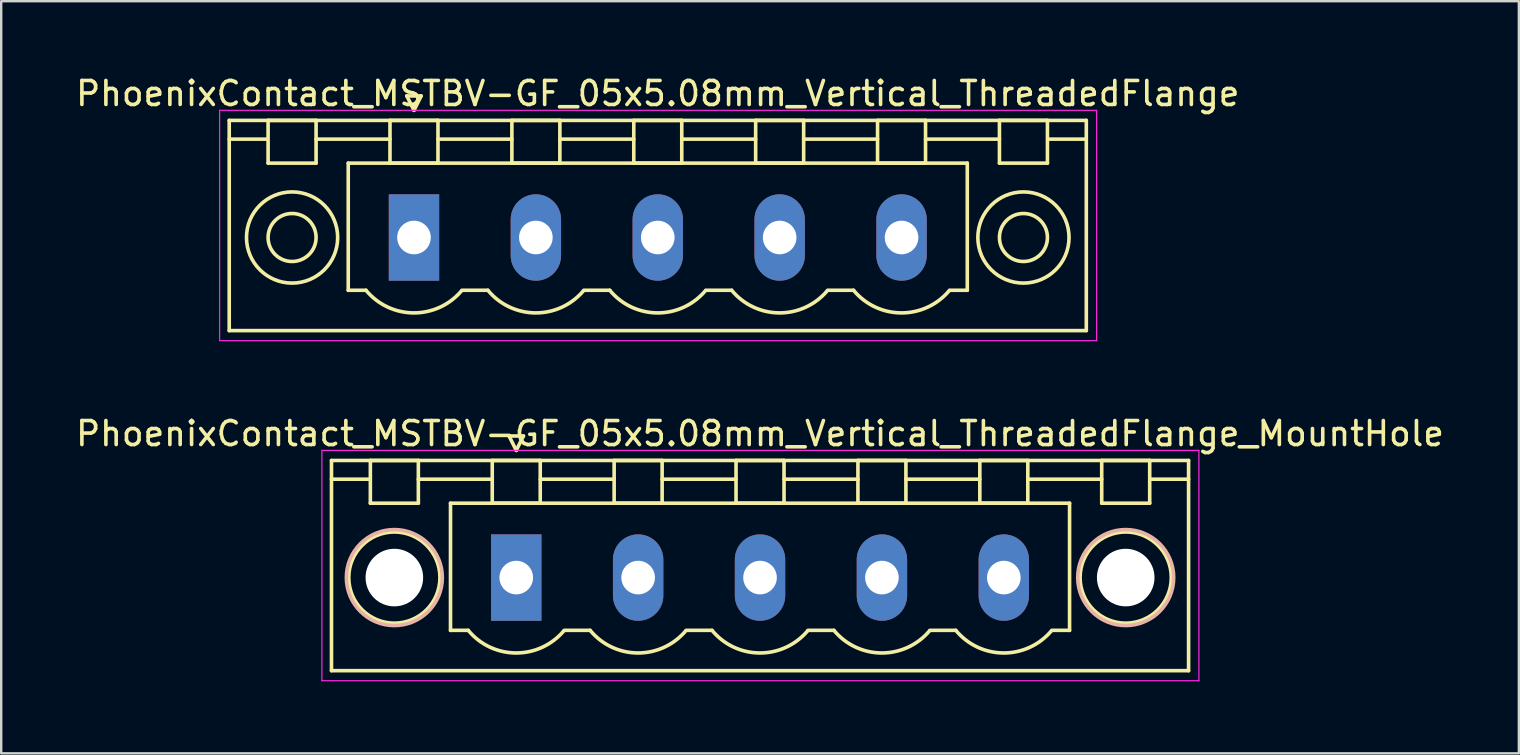
<source format=kicad_pcb>
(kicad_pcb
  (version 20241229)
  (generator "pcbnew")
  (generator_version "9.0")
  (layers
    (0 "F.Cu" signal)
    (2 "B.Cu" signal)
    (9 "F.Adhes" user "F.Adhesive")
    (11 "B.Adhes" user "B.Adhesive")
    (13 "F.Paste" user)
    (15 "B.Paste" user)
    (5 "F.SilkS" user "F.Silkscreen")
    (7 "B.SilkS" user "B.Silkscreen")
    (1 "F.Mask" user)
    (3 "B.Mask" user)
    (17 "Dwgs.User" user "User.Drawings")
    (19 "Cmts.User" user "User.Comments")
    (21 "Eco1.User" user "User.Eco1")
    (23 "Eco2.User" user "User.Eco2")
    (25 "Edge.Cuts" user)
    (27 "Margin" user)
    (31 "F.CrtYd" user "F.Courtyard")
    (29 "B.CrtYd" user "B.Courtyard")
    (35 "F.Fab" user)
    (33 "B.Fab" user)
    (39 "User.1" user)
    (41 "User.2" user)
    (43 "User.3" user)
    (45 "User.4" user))
  (footprint "PhoenixContact_MSTBV-GF_05x5.08mm_Vertical_ThreadedFlange_MountHole"
    (layer "F.Cu")
    (at 18.465 21.021)
    (property "Reference" "PhoenixContact_MSTBV-GF_05x5.08mm_Vertical_ThreadedFlange_MountHole" (at 10.16 -6 0) (layer "F.SilkS") (effects (font (size 1 1) (thickness 0.15))))
    (attr through_hole)
    (fp_line (start -7.7 -4.88) (end -7.7 3.88) (stroke (width 0.15) (type solid)) (layer "F.SilkS"))
    (fp_line (start -7.7 -4.1) (end -6.16 -4.1) (stroke (width 0.15) (type solid)) (layer "F.SilkS"))
    (fp_line (start -7.7 3.88) (end 28.02 3.88) (stroke (width 0.15) (type solid)) (layer "F.SilkS"))
    (fp_line (start -6.08 -4.88) (end -4.08 -4.88) (stroke (width 0.15) (type solid)) (layer "F.SilkS"))
    (fp_line (start -6.08 -3.1) (end -6.08 -4.88) (stroke (width 0.15) (type solid)) (layer "F.SilkS"))
    (fp_line (start -4.08 -4.88) (end -4.08 -3.1) (stroke (width 0.15) (type solid)) (layer "F.SilkS"))
    (fp_line (start -4.08 -4.1) (end -1 -4.1) (stroke (width 0.15) (type solid)) (layer "F.SilkS"))
    (fp_line (start -4.08 -3.1) (end -6.08 -3.1) (stroke (width 0.15) (type solid)) (layer "F.SilkS"))
    (fp_line (start -2.74 -3.1) (end 23.06 -3.1) (stroke (width 0.15) (type solid)) (layer "F.SilkS"))
    (fp_line (start -2.74 2.2) (end -2.74 -3.1) (stroke (width 0.15) (type solid)) (layer "F.SilkS"))
    (fp_line (start -2 2.2) (end -2.74 2.2) (stroke (width 0.15) (type solid)) (layer "F.SilkS"))
    (fp_line (start -1 -4.88) (end 1 -4.88) (stroke (width 0.15) (type solid)) (layer "F.SilkS"))
    (fp_line (start -1 -3.1) (end -1 -4.88) (stroke (width 0.15) (type solid)) (layer "F.SilkS"))
    (fp_line (start -0.3 -5.9) (end 0 -5.3) (stroke (width 0.15) (type solid)) (layer "F.SilkS"))
    (fp_line (start 0 -5.3) (end 0.3 -5.9) (stroke (width 0.15) (type solid)) (layer "F.SilkS"))
    (fp_line (start 0.3 -5.9) (end -0.3 -5.9) (stroke (width 0.15) (type solid)) (layer "F.SilkS"))
    (fp_line (start 1 -4.88) (end 1 -3.1) (stroke (width 0.15) (type solid)) (layer "F.SilkS"))
    (fp_line (start 1 -4.1) (end 4.08 -4.1) (stroke (width 0.15) (type solid)) (layer "F.SilkS"))
    (fp_line (start 1 -3.1) (end -1 -3.1) (stroke (width 0.15) (type solid)) (layer "F.SilkS"))
    (fp_line (start 2 2.2) (end 3.08 2.2) (stroke (width 0.15) (type solid)) (layer "F.SilkS"))
    (fp_line (start 4.08 -4.88) (end 6.08 -4.88) (stroke (width 0.15) (type solid)) (layer "F.SilkS"))
    (fp_line (start 4.08 -3.1) (end 4.08 -4.88) (stroke (width 0.15) (type solid)) (layer "F.SilkS"))
    (fp_line (start 6.08 -4.88) (end 6.08 -3.1) (stroke (width 0.15) (type solid)) (layer "F.SilkS"))
    (fp_line (start 6.08 -4.1) (end 9.16 -4.1) (stroke (width 0.15) (type solid)) (layer "F.SilkS"))
    (fp_line (start 6.08 -3.1) (end 4.08 -3.1) (stroke (width 0.15) (type solid)) (layer "F.SilkS"))
    (fp_line (start 7.08 2.2) (end 8.16 2.2) (stroke (width 0.15) (type solid)) (layer "F.SilkS"))
    (fp_line (start 9.16 -4.88) (end 11.16 -4.88) (stroke (width 0.15) (type solid)) (layer "F.SilkS"))
    (fp_line (start 9.16 -3.1) (end 9.16 -4.88) (stroke (width 0.15) (type solid)) (layer "F.SilkS"))
    (fp_line (start 11.16 -4.88) (end 11.16 -3.1) (stroke (width 0.15) (type solid)) (layer "F.SilkS"))
    (fp_line (start 11.16 -4.1) (end 14.24 -4.1) (stroke (width 0.15) (type solid)) (layer "F.SilkS"))
    (fp_line (start 11.16 -3.1) (end 9.16 -3.1) (stroke (width 0.15) (type solid)) (layer "F.SilkS"))
    (fp_line (start 12.16 2.2) (end 13.24 2.2) (stroke (width 0.15) (type solid)) (layer "F.SilkS"))
    (fp_line (start 14.24 -4.88) (end 16.24 -4.88) (stroke (width 0.15) (type solid)) (layer "F.SilkS"))
    (fp_line (start 14.24 -3.1) (end 14.24 -4.88) (stroke (width 0.15) (type solid)) (layer "F.SilkS"))
    (fp_line (start 16.24 -4.88) (end 16.24 -3.1) (stroke (width 0.15) (type solid)) (layer "F.SilkS"))
    (fp_line (start 16.24 -4.1) (end 19.32 -4.1) (stroke (width 0.15) (type solid)) (layer "F.SilkS"))
    (fp_line (start 16.24 -3.1) (end 14.24 -3.1) (stroke (width 0.15) (type solid)) (layer "F.SilkS"))
    (fp_line (start 17.24 2.2) (end 18.32 2.2) (stroke (width 0.15) (type solid)) (layer "F.SilkS"))
    (fp_line (start 19.32 -4.88) (end 21.32 -4.88) (stroke (width 0.15) (type solid)) (layer "F.SilkS"))
    (fp_line (start 19.32 -3.1) (end 19.32 -4.88) (stroke (width 0.15) (type solid)) (layer "F.SilkS"))
    (fp_line (start 21.32 -4.88) (end 21.32 -3.1) (stroke (width 0.15) (type solid)) (layer "F.SilkS"))
    (fp_line (start 21.32 -4.1) (end 24.4 -4.1) (stroke (width 0.15) (type solid)) (layer "F.SilkS"))
    (fp_line (start 21.32 -3.1) (end 19.32 -3.1) (stroke (width 0.15) (type solid)) (layer "F.SilkS"))
    (fp_line (start 23.06 -3.1) (end 23.06 2.2) (stroke (width 0.15) (type solid)) (layer "F.SilkS"))
    (fp_line (start 23.06 2.2) (end 22.32 2.2) (stroke (width 0.15) (type solid)) (layer "F.SilkS"))
    (fp_line (start 24.4 -4.88) (end 26.4 -4.88) (stroke (width 0.15) (type solid)) (layer "F.SilkS"))
    (fp_line (start 24.4 -3.1) (end 24.4 -4.88) (stroke (width 0.15) (type solid)) (layer "F.SilkS"))
    (fp_line (start 26.4 -4.88) (end 26.4 -3.1) (stroke (width 0.15) (type solid)) (layer "F.SilkS"))
    (fp_line (start 26.4 -3.1) (end 24.4 -3.1) (stroke (width 0.15) (type solid)) (layer "F.SilkS"))
    (fp_line (start 28.02 -4.88) (end -7.7 -4.88) (stroke (width 0.15) (type solid)) (layer "F.SilkS"))
    (fp_line (start 28.02 -4.1) (end 26.48 -4.1) (stroke (width 0.15) (type solid)) (layer "F.SilkS"))
    (fp_line (start 28.02 3.88) (end 28.02 -4.88) (stroke (width 0.15) (type solid)) (layer "F.SilkS"))
    (fp_arc (start 1.986842 2.215821) (mid -0.010289 3.142758) (end -2 2.2) (stroke (width 0.15) (type solid)) (layer "F.SilkS"))
    (fp_arc (start 7.066842 2.215821) (mid 5.069711 3.142758) (end 3.08 2.2) (stroke (width 0.15) (type solid)) (layer "F.SilkS"))
    (fp_arc (start 12.146842 2.215821) (mid 10.149711 3.142758) (end 8.16 2.2) (stroke (width 0.15) (type solid)) (layer "F.SilkS"))
    (fp_arc (start 17.226842 2.215821) (mid 15.229711 3.142758) (end 13.24 2.2) (stroke (width 0.15) (type solid)) (layer "F.SilkS"))
    (fp_arc (start 22.306842 2.215821) (mid 20.309711 3.142758) (end 18.32 2.2) (stroke (width 0.15) (type solid)) (layer "F.SilkS"))
    (fp_circle (center -5.08 0) (end -3.18 0) (stroke (width 0.15) (type solid)) (fill no) (layer "F.SilkS"))
    (fp_circle (center 25.4 0) (end 27.3 0) (stroke (width 0.15) (type solid)) (fill no) (layer "F.SilkS"))
    (fp_circle (center -5.08 0) (end -3.08 0) (stroke (width 0.15) (type solid)) (fill no) (layer "B.SilkS"))
    (fp_circle (center 25.4 0) (end 27.4 0) (stroke (width 0.15) (type solid)) (fill no) (layer "B.SilkS"))
    (fp_line (start -8.1 -5.3) (end -8.1 4.3) (stroke (width 0.05) (type solid)) (layer "F.CrtYd"))
    (fp_line (start -8.1 4.3) (end 28.45 4.3) (stroke (width 0.05) (type solid)) (layer "F.CrtYd"))
    (fp_line (start 28.45 -5.3) (end -8.1 -5.3) (stroke (width 0.05) (type solid)) (layer "F.CrtYd"))
    (fp_line (start 28.45 4.3) (end 28.45 -5.3) (stroke (width 0.05) (type solid)) (layer "F.CrtYd"))
    (pad "" np_thru_hole circle (at -5.08 0) (size 2.4 2.4) (drill 2.4) (layers "*.Cu" "*.Mask"))
    (pad "" np_thru_hole circle (at 25.4 0) (size 2.4 2.4) (drill 2.4) (layers "*.Cu" "*.Mask"))
    (pad "1" thru_hole rect (at 0 0) (size 2.1 3.6) (drill 1.4) (layers "*.Cu" "*.Mask"))
    (pad "2" thru_hole oval (at 5.08 0) (size 2.1 3.6) (drill 1.4) (layers "*.Cu" "*.Mask"))
    (pad "3" thru_hole oval (at 10.16 0) (size 2.1 3.6) (drill 1.4) (layers "*.Cu" "*.Mask"))
    (pad "4" thru_hole oval (at 15.24 0) (size 2.1 3.6) (drill 1.4) (layers "*.Cu" "*.Mask"))
    (pad "5" thru_hole oval (at 20.32 0) (size 2.1 3.6) (drill 1.4) (layers "*.Cu" "*.Mask")))
  (footprint "PhoenixContact_MSTBV-GF_05x5.08mm_Vertical_ThreadedFlange"
    (layer "F.Cu")
    (at 14.203 6.848)
    (property "Reference" "PhoenixContact_MSTBV-GF_05x5.08mm_Vertical_ThreadedFlange" (at 10.16 -6 0) (layer "F.SilkS") (effects (font (size 1 1) (thickness 0.15))))
    (attr through_hole)
    (fp_line (start -7.7 -4.88) (end -7.7 3.88) (stroke (width 0.15) (type solid)) (layer "F.SilkS"))
    (fp_line (start -7.7 -4.1) (end -6.16 -4.1) (stroke (width 0.15) (type solid)) (layer "F.SilkS"))
    (fp_line (start -7.7 3.88) (end 28.02 3.88) (stroke (width 0.15) (type solid)) (layer "F.SilkS"))
    (fp_line (start -6.08 -4.88) (end -4.08 -4.88) (stroke (width 0.15) (type solid)) (layer "F.SilkS"))
    (fp_line (start -6.08 -3.1) (end -6.08 -4.88) (stroke (width 0.15) (type solid)) (layer "F.SilkS"))
    (fp_line (start -4.08 -4.88) (end -4.08 -3.1) (stroke (width 0.15) (type solid)) (layer "F.SilkS"))
    (fp_line (start -4.08 -4.1) (end -1 -4.1) (stroke (width 0.15) (type solid)) (layer "F.SilkS"))
    (fp_line (start -4.08 -3.1) (end -6.08 -3.1) (stroke (width 0.15) (type solid)) (layer "F.SilkS"))
    (fp_line (start -2.74 -3.1) (end 23.06 -3.1) (stroke (width 0.15) (type solid)) (layer "F.SilkS"))
    (fp_line (start -2.74 2.2) (end -2.74 -3.1) (stroke (width 0.15) (type solid)) (layer "F.SilkS"))
    (fp_line (start -2 2.2) (end -2.74 2.2) (stroke (width 0.15) (type solid)) (layer "F.SilkS"))
    (fp_line (start -1 -4.88) (end 1 -4.88) (stroke (width 0.15) (type solid)) (layer "F.SilkS"))
    (fp_line (start -1 -3.1) (end -1 -4.88) (stroke (width 0.15) (type solid)) (layer "F.SilkS"))
    (fp_line (start -0.3 -5.9) (end 0 -5.3) (stroke (width 0.15) (type solid)) (layer "F.SilkS"))
    (fp_line (start 0 -5.3) (end 0.3 -5.9) (stroke (width 0.15) (type solid)) (layer "F.SilkS"))
    (fp_line (start 0.3 -5.9) (end -0.3 -5.9) (stroke (width 0.15) (type solid)) (layer "F.SilkS"))
    (fp_line (start 1 -4.88) (end 1 -3.1) (stroke (width 0.15) (type solid)) (layer "F.SilkS"))
    (fp_line (start 1 -4.1) (end 4.08 -4.1) (stroke (width 0.15) (type solid)) (layer "F.SilkS"))
    (fp_line (start 1 -3.1) (end -1 -3.1) (stroke (width 0.15) (type solid)) (layer "F.SilkS"))
    (fp_line (start 2 2.2) (end 3.08 2.2) (stroke (width 0.15) (type solid)) (layer "F.SilkS"))
    (fp_line (start 4.08 -4.88) (end 6.08 -4.88) (stroke (width 0.15) (type solid)) (layer "F.SilkS"))
    (fp_line (start 4.08 -3.1) (end 4.08 -4.88) (stroke (width 0.15) (type solid)) (layer "F.SilkS"))
    (fp_line (start 6.08 -4.88) (end 6.08 -3.1) (stroke (width 0.15) (type solid)) (layer "F.SilkS"))
    (fp_line (start 6.08 -4.1) (end 9.16 -4.1) (stroke (width 0.15) (type solid)) (layer "F.SilkS"))
    (fp_line (start 6.08 -3.1) (end 4.08 -3.1) (stroke (width 0.15) (type solid)) (layer "F.SilkS"))
    (fp_line (start 7.08 2.2) (end 8.16 2.2) (stroke (width 0.15) (type solid)) (layer "F.SilkS"))
    (fp_line (start 9.16 -4.88) (end 11.16 -4.88) (stroke (width 0.15) (type solid)) (layer "F.SilkS"))
    (fp_line (start 9.16 -3.1) (end 9.16 -4.88) (stroke (width 0.15) (type solid)) (layer "F.SilkS"))
    (fp_line (start 11.16 -4.88) (end 11.16 -3.1) (stroke (width 0.15) (type solid)) (layer "F.SilkS"))
    (fp_line (start 11.16 -4.1) (end 14.24 -4.1) (stroke (width 0.15) (type solid)) (layer "F.SilkS"))
    (fp_line (start 11.16 -3.1) (end 9.16 -3.1) (stroke (width 0.15) (type solid)) (layer "F.SilkS"))
    (fp_line (start 12.16 2.2) (end 13.24 2.2) (stroke (width 0.15) (type solid)) (layer "F.SilkS"))
    (fp_line (start 14.24 -4.88) (end 16.24 -4.88) (stroke (width 0.15) (type solid)) (layer "F.SilkS"))
    (fp_line (start 14.24 -3.1) (end 14.24 -4.88) (stroke (width 0.15) (type solid)) (layer "F.SilkS"))
    (fp_line (start 16.24 -4.88) (end 16.24 -3.1) (stroke (width 0.15) (type solid)) (layer "F.SilkS"))
    (fp_line (start 16.24 -4.1) (end 19.32 -4.1) (stroke (width 0.15) (type solid)) (layer "F.SilkS"))
    (fp_line (start 16.24 -3.1) (end 14.24 -3.1) (stroke (width 0.15) (type solid)) (layer "F.SilkS"))
    (fp_line (start 17.24 2.2) (end 18.32 2.2) (stroke (width 0.15) (type solid)) (layer "F.SilkS"))
    (fp_line (start 19.32 -4.88) (end 21.32 -4.88) (stroke (width 0.15) (type solid)) (layer "F.SilkS"))
    (fp_line (start 19.32 -3.1) (end 19.32 -4.88) (stroke (width 0.15) (type solid)) (layer "F.SilkS"))
    (fp_line (start 21.32 -4.88) (end 21.32 -3.1) (stroke (width 0.15) (type solid)) (layer "F.SilkS"))
    (fp_line (start 21.32 -4.1) (end 24.4 -4.1) (stroke (width 0.15) (type solid)) (layer "F.SilkS"))
    (fp_line (start 21.32 -3.1) (end 19.32 -3.1) (stroke (width 0.15) (type solid)) (layer "F.SilkS"))
    (fp_line (start 23.06 -3.1) (end 23.06 2.2) (stroke (width 0.15) (type solid)) (layer "F.SilkS"))
    (fp_line (start 23.06 2.2) (end 22.32 2.2) (stroke (width 0.15) (type solid)) (layer "F.SilkS"))
    (fp_line (start 24.4 -4.88) (end 26.4 -4.88) (stroke (width 0.15) (type solid)) (layer "F.SilkS"))
    (fp_line (start 24.4 -3.1) (end 24.4 -4.88) (stroke (width 0.15) (type solid)) (layer "F.SilkS"))
    (fp_line (start 26.4 -4.88) (end 26.4 -3.1) (stroke (width 0.15) (type solid)) (layer "F.SilkS"))
    (fp_line (start 26.4 -3.1) (end 24.4 -3.1) (stroke (width 0.15) (type solid)) (layer "F.SilkS"))
    (fp_line (start 28.02 -4.88) (end -7.7 -4.88) (stroke (width 0.15) (type solid)) (layer "F.SilkS"))
    (fp_line (start 28.02 -4.1) (end 26.48 -4.1) (stroke (width 0.15) (type solid)) (layer "F.SilkS"))
    (fp_line (start 28.02 3.88) (end 28.02 -4.88) (stroke (width 0.15) (type solid)) (layer "F.SilkS"))
    (fp_arc (start 1.986842 2.215821) (mid -0.010289 3.142758) (end -2 2.2) (stroke (width 0.15) (type solid)) (layer "F.SilkS"))
    (fp_arc (start 7.066842 2.215821) (mid 5.069711 3.142758) (end 3.08 2.2) (stroke (width 0.15) (type solid)) (layer "F.SilkS"))
    (fp_arc (start 12.146842 2.215821) (mid 10.149711 3.142758) (end 8.16 2.2) (stroke (width 0.15) (type solid)) (layer "F.SilkS"))
    (fp_arc (start 17.226842 2.215821) (mid 15.229711 3.142758) (end 13.24 2.2) (stroke (width 0.15) (type solid)) (layer "F.SilkS"))
    (fp_arc (start 22.306842 2.215821) (mid 20.309711 3.142758) (end 18.32 2.2) (stroke (width 0.15) (type solid)) (layer "F.SilkS"))
    (fp_circle (center -5.08 0) (end -4.08 0) (stroke (width 0.15) (type solid)) (fill no) (layer "F.SilkS"))
    (fp_circle (center -5.08 0) (end -3.18 0) (stroke (width 0.15) (type solid)) (fill no) (layer "F.SilkS"))
    (fp_circle (center 25.4 0) (end 26.4 0) (stroke (width 0.15) (type solid)) (fill no) (layer "F.SilkS"))
    (fp_circle (center 25.4 0) (end 27.3 0) (stroke (width 0.15) (type solid)) (fill no) (layer "F.SilkS"))
    (fp_line (start -8.1 -5.3) (end -8.1 4.3) (stroke (width 0.05) (type solid)) (layer "F.CrtYd"))
    (fp_line (start -8.1 4.3) (end 28.45 4.3) (stroke (width 0.05) (type solid)) (layer "F.CrtYd"))
    (fp_line (start 28.45 -5.3) (end -8.1 -5.3) (stroke (width 0.05) (type solid)) (layer "F.CrtYd"))
    (fp_line (start 28.45 4.3) (end 28.45 -5.3) (stroke (width 0.05) (type solid)) (layer "F.CrtYd"))
    (pad "1" thru_hole rect (at 0 0) (size 2.1 3.6) (drill 1.4) (layers "*.Cu" "*.Mask"))
    (pad "2" thru_hole oval (at 5.08 0) (size 2.1 3.6) (drill 1.4) (layers "*.Cu" "*.Mask"))
    (pad "3" thru_hole oval (at 10.16 0) (size 2.1 3.6) (drill 1.4) (layers "*.Cu" "*.Mask"))
    (pad "4" thru_hole oval (at 15.24 0) (size 2.1 3.6) (drill 1.4) (layers "*.Cu" "*.Mask"))
    (pad "5" thru_hole oval (at 20.32 0) (size 2.1 3.6) (drill 1.4) (layers "*.Cu" "*.Mask")))
  (gr_rect
    (start -3 -3)
    (end 60.25 28.346)
    (stroke (width 0.1) (type default))
    (fill no)
    (layer "Edge.Cuts")))
</source>
